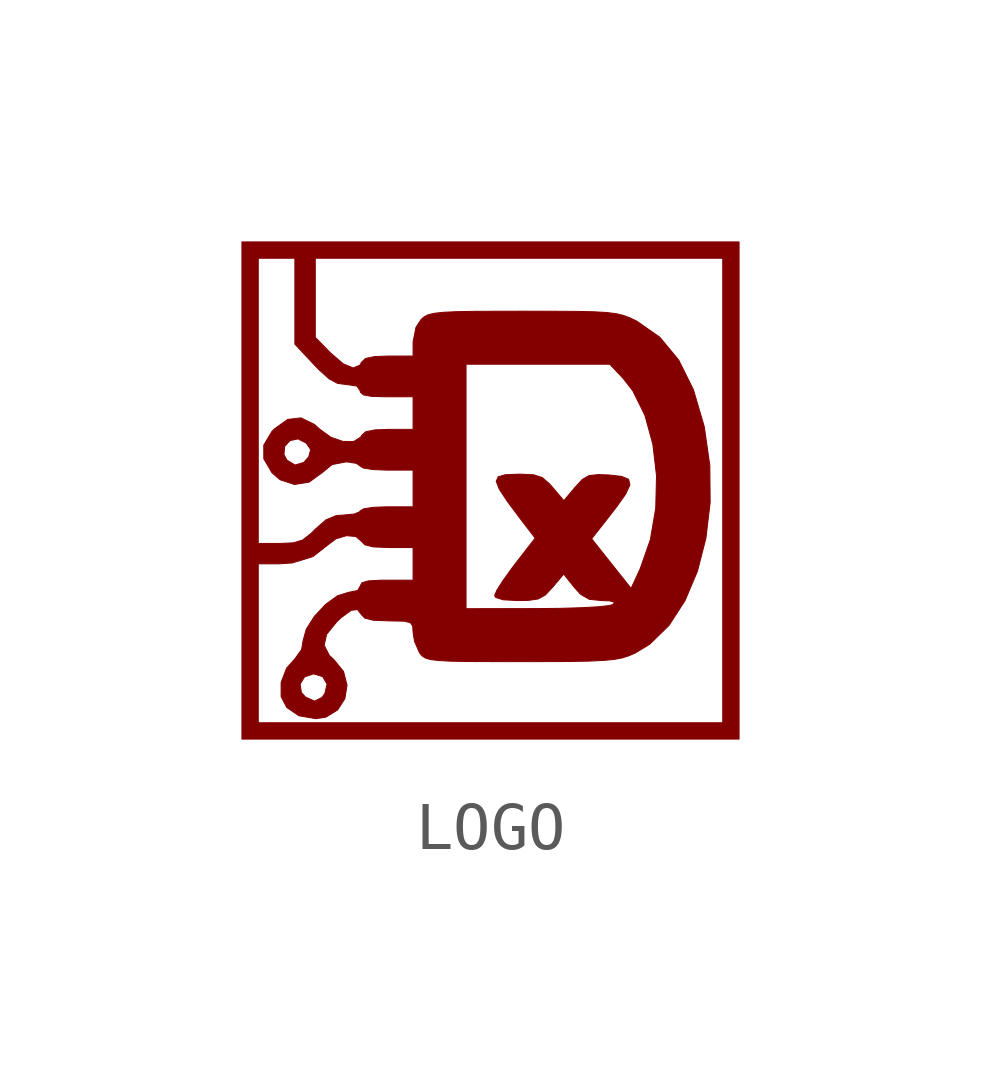
<source format=kicad_sym>
(kicad_symbol_lib
  (version 20231120)
  (generator "kicad_symbol_editor")
  (generator_version "8.0")
  (symbol "LOGO"
    (pin_names
      (offset 1.016))
    (property "Reference" "#G"
      (at 0 6.096 0)
      (effects (font (size 1.27 1.27)) (hide yes)))
    (symbol "LOGO_0_0"
      (polyline (pts (xy 5.182 5.182) (xy -5.182 5.182) (xy -5.182 4.842) (xy -4.842 4.842) (xy -4.078 4.842) (xy -4.078 3.051) (xy -3.684 2.63) (xy -3.575 2.517) (xy -3.364 2.327) (xy -3.189 2.233) (xy -3.004 2.209) (xy -2.997 2.209) (xy -2.786 2.177) (xy -2.718 2.081) (xy -2.714 2.052) (xy -2.648 1.993) (xy -2.476 1.962) (xy -2.166 1.954) (xy -1.614 1.954) (xy -1.614 1.274) (xy -2.126 1.274) (xy -2.407 1.264) (xy -2.604 1.224) (xy -2.688 1.147) (xy -2.706 1.112) (xy -2.853 1.021) (xy -3.076 1.023) (xy -3.326 1.109) (xy -3.555 1.274) (xy -3.671 1.377) (xy -3.951 1.514) (xy -4.228 1.482) (xy -4.509 1.281) (xy -4.559 1.228) (xy -4.727 0.945) (xy -4.726 0.75) (xy -4.306 0.75) (xy -4.291 0.919) (xy -4.178 1.041) (xy -4.013 1.076) (xy -3.839 0.987) (xy -3.748 0.85) (xy -3.791 0.699) (xy -3.893 0.585) (xy -4.074 0.531) (xy -4.244 0.632) (xy -4.306 0.75) (xy -4.726 0.75) (xy -4.726 0.661) (xy -4.556 0.37) (xy -4.384 0.223) (xy -4.087 0.126) (xy -3.782 0.174) (xy -3.518 0.365) (xy -3.302 0.541) (xy -3.02 0.595) (xy -2.977 0.594) (xy -2.793 0.566) (xy -2.718 0.51) (xy -2.652 0.469) (xy -2.455 0.437) (xy -2.166 0.425) (xy -1.614 0.425) (xy -1.614 -0.34) (xy -2.166 -0.34) (xy -2.434 -0.35) (xy -2.64 -0.38) (xy -2.718 -0.425) (xy -2.724 -0.441) (xy -2.835 -0.49) (xy -3.042 -0.51) (xy -3.219 -0.524) (xy -3.429 -0.611) (xy -3.653 -0.807) (xy -3.737 -0.892) (xy -3.915 -1.031) (xy -4.107 -1.091) (xy -4.391 -1.104) (xy -4.842 -1.104) (xy -4.842 4.842) (xy -5.182 4.842) (xy -5.182 -1.529) (xy -4.842 -1.529) (xy -4.413 -1.529) (xy -4.131 -1.51) (xy -3.703 -1.378) (xy -3.363 -1.113) (xy -3.22 -1.006) (xy -3.004 -0.942) (xy -2.806 -0.959) (xy -2.688 -1.062) (xy -2.622 -1.131) (xy -2.443 -1.176) (xy -2.126 -1.189) (xy -1.614 -1.189) (xy -1.614 -1.869) (xy -2.166 -1.869) (xy -2.292 -1.87) (xy -2.55 -1.885) (xy -2.682 -1.925) (xy -2.718 -1.996) (xy -2.768 -2.084) (xy -2.962 -2.124) (xy -2.963 -2.124) (xy -3.19 -2.195) (xy -3.441 -2.377) (xy -3.521 -2.464) (xy -0.51 -2.464) (xy -0.51 2.633) (xy 2.486 2.633) (xy 2.766 2.337) (xy 2.969 2.075) (xy 3.22 1.565) (xy 3.385 0.963) (xy 3.461 0.308) (xy 3.445 -0.366) (xy 3.333 -1.023) (xy 3.123 -1.625) (xy 2.931 -2.041) (xy 2.109 -1.007) (xy 2.509 -0.497) (xy 2.612 -0.364) (xy 2.818 -0.075) (xy 2.907 0.117) (xy 2.879 0.233) (xy 2.732 0.295) (xy 2.466 0.324) (xy 2.249 0.332) (xy 2.054 0.311) (xy 1.915 0.231) (xy 1.765 0.069) (xy 1.529 -0.212) (xy 1.296 0.064) (xy 1.23 0.139) (xy 1.077 0.271) (xy 0.898 0.328) (xy 0.621 0.341) (xy 0.562 0.34) (xy 0.309 0.329) (xy 0.161 0.286) (xy 0.119 0.192) (xy 0.184 0.025) (xy 0.355 -0.233) (xy 0.632 -0.603) (xy 0.931 -0.993) (xy 0.509 -1.537) (xy 0.454 -1.609) (xy 0.267 -1.869) (xy 0.135 -2.074) (xy 0.086 -2.188) (xy 0.107 -2.229) (xy 0.261 -2.278) (xy 0.574 -2.295) (xy 0.79 -2.291) (xy 0.998 -2.26) (xy 1.144 -2.178) (xy 1.294 -2.018) (xy 1.526 -1.742) (xy 1.746 -2.018) (xy 1.879 -2.165) (xy 2.061 -2.269) (xy 2.321 -2.295) (xy 2.479 -2.3) (xy 2.586 -2.326) (xy 2.549 -2.379) (xy 2.465 -2.4) (xy 2.23 -2.425) (xy 1.88 -2.444) (xy 1.445 -2.457) (xy 0.956 -2.462) (xy -0.51 -2.464) (xy -3.521 -2.464) (xy -3.672 -2.625) (xy -3.842 -2.893) (xy -3.908 -3.136) (xy -3.938 -3.316) (xy -4.074 -3.505) (xy -4.251 -3.704) (xy -4.365 -4.001) (xy -4.365 -4.036) (xy -3.969 -4.036) (xy -3.877 -3.886) (xy -3.687 -3.823) (xy -3.499 -3.881) (xy -3.407 -4.035) (xy -3.454 -4.233) (xy -3.516 -4.316) (xy -3.667 -4.391) (xy -3.858 -4.306) (xy -3.943 -4.211) (xy -3.969 -4.036) (xy -4.365 -4.036) (xy -4.365 -4.298) (xy -4.247 -4.524) (xy -3.994 -4.696) (xy -3.64 -4.757) (xy -3.431 -4.725) (xy -3.187 -4.575) (xy -3.036 -4.34) (xy -2.991 -4.059) (xy -3.064 -3.773) (xy -3.268 -3.522) (xy -3.361 -3.436) (xy -3.468 -3.227) (xy -3.416 -2.998) (xy -3.203 -2.735) (xy -3.113 -2.651) (xy -2.908 -2.499) (xy -2.773 -2.481) (xy -2.688 -2.591) (xy -2.622 -2.66) (xy -2.443 -2.705) (xy -2.126 -2.718) (xy -2.064 -2.719) (xy -1.807 -2.724) (xy -1.673 -2.753) (xy -1.622 -2.824) (xy -1.614 -2.954) (xy -1.584 -3.146) (xy -1.482 -3.379) (xy -1.47 -3.396) (xy -1.422 -3.452) (xy -1.355 -3.494) (xy -1.249 -3.525) (xy -1.081 -3.545) (xy -0.829 -3.558) (xy -0.472 -3.565) (xy 0.011 -3.567) (xy 0.643 -3.568) (xy 1.104 -3.567) (xy 1.64 -3.565) (xy 2.048 -3.557) (xy 2.351 -3.543) (xy 2.576 -3.522) (xy 2.745 -3.49) (xy 2.883 -3.446) (xy 3.016 -3.389) (xy 3.319 -3.205) (xy 3.721 -2.813) (xy 4.054 -2.298) (xy 4.314 -1.684) (xy 4.491 -0.994) (xy 4.579 -0.251) (xy 4.572 0.523) (xy 4.461 1.303) (xy 4.453 1.343) (xy 4.229 2.105) (xy 3.922 2.722) (xy 3.53 3.195) (xy 3.05 3.53) (xy 3.038 3.536) (xy 2.902 3.601) (xy 2.771 3.65) (xy 2.619 3.686) (xy 2.422 3.711) (xy 2.155 3.726) (xy 1.792 3.734) (xy 1.31 3.737) (xy 0.682 3.738) (xy 0.171 3.737) (xy -0.339 3.735) (xy -0.718 3.728) (xy -0.989 3.715) (xy -1.175 3.694) (xy -1.298 3.664) (xy -1.381 3.622) (xy -1.444 3.568) (xy -1.553 3.403) (xy -1.614 3.101) (xy -1.614 2.803) (xy -2.126 2.803) (xy -2.407 2.793) (xy -2.604 2.753) (xy -2.688 2.676) (xy -2.722 2.613) (xy -2.863 2.555) (xy -3.072 2.642) (xy -3.338 2.871) (xy -3.653 3.193) (xy -3.653 4.842) (xy 4.842 4.842) (xy 4.842 -4.842) (xy -4.842 -4.842) (xy -4.842 -1.529) (xy -5.182 -1.529) (xy -5.182 -5.182) (xy 5.182 -5.182) (xy 5.182 5.182)) (stroke (width 0.01) (type default)) (fill (type outline))))))
</source>
